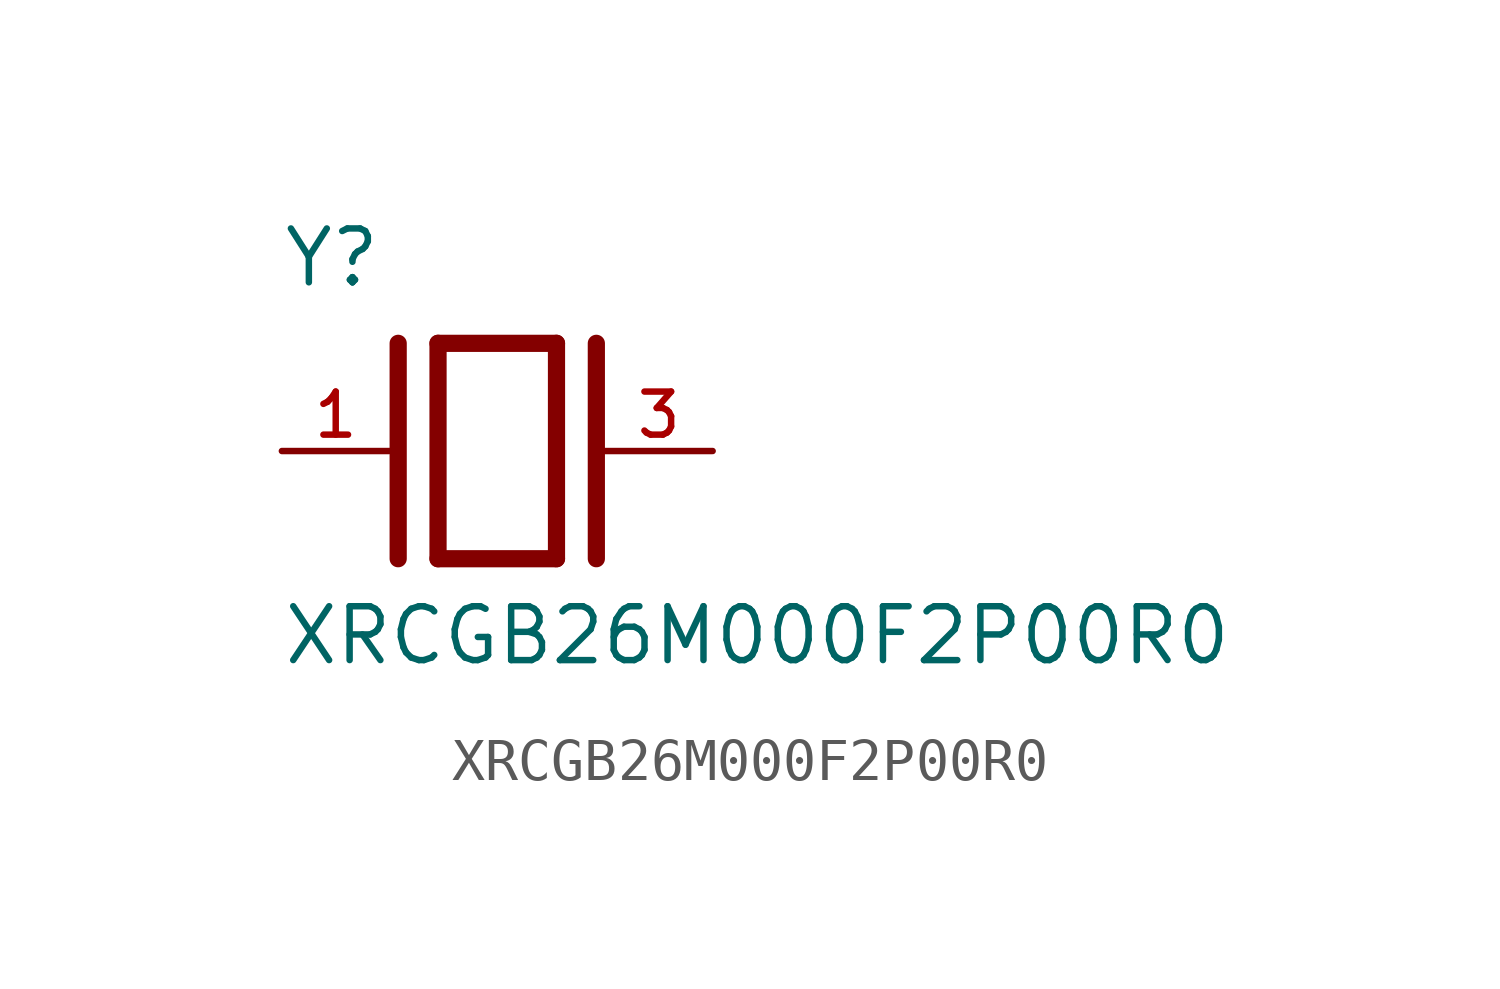
<source format=kicad_sym>
(kicad_symbol_lib
  (version 20211014)
  (generator kicad_symbol_editor)
  (symbol "XRCGB26M000F2P00R0"
    (pin_names
      (offset 1.016))
    (property "Reference" "Y"
      (at -5.088 3.816 0)
      (effects (font (size 1.27 1.27)) (justify bottom left)))
    (property "Value" "XRCGB26M000F2P00R0"
      (at -5.094 -5.094 0)
      (effects (font (size 1.27 1.27)) (justify bottom left)))
    (symbol "XRCGB26M000F2P00R0_0_0"
      (polyline (pts (xy -1.397 2.54) (xy 1.397 2.54)) (stroke (width 0.406)))
      (polyline (pts (xy 1.397 2.54) (xy 1.397 -2.54)) (stroke (width 0.406)))
      (polyline (pts (xy 1.397 -2.54) (xy -1.397 -2.54)) (stroke (width 0.406)))
      (polyline (pts (xy -1.397 2.54) (xy -1.397 -2.54)) (stroke (width 0.406)))
      (polyline (pts (xy 2.337 2.54) (xy 2.337 -2.54)) (stroke (width 0.406)))
      (polyline (pts (xy -2.337 2.54) (xy -2.337 -2.54)) (stroke (width 0.406)))
      (pin passive line (at 5.08 0.0 180.0) (length 2.54) (name "~" (effects (font (size 1.016 1.016)))) (number "3" (effects (font (size 1.016 1.016)))))
      (pin passive line (at -5.08 0.0 0) (length 2.54) (name "~" (effects (font (size 1.016 1.016)))) (number "1" (effects (font (size 1.016 1.016))))))))
</source>
